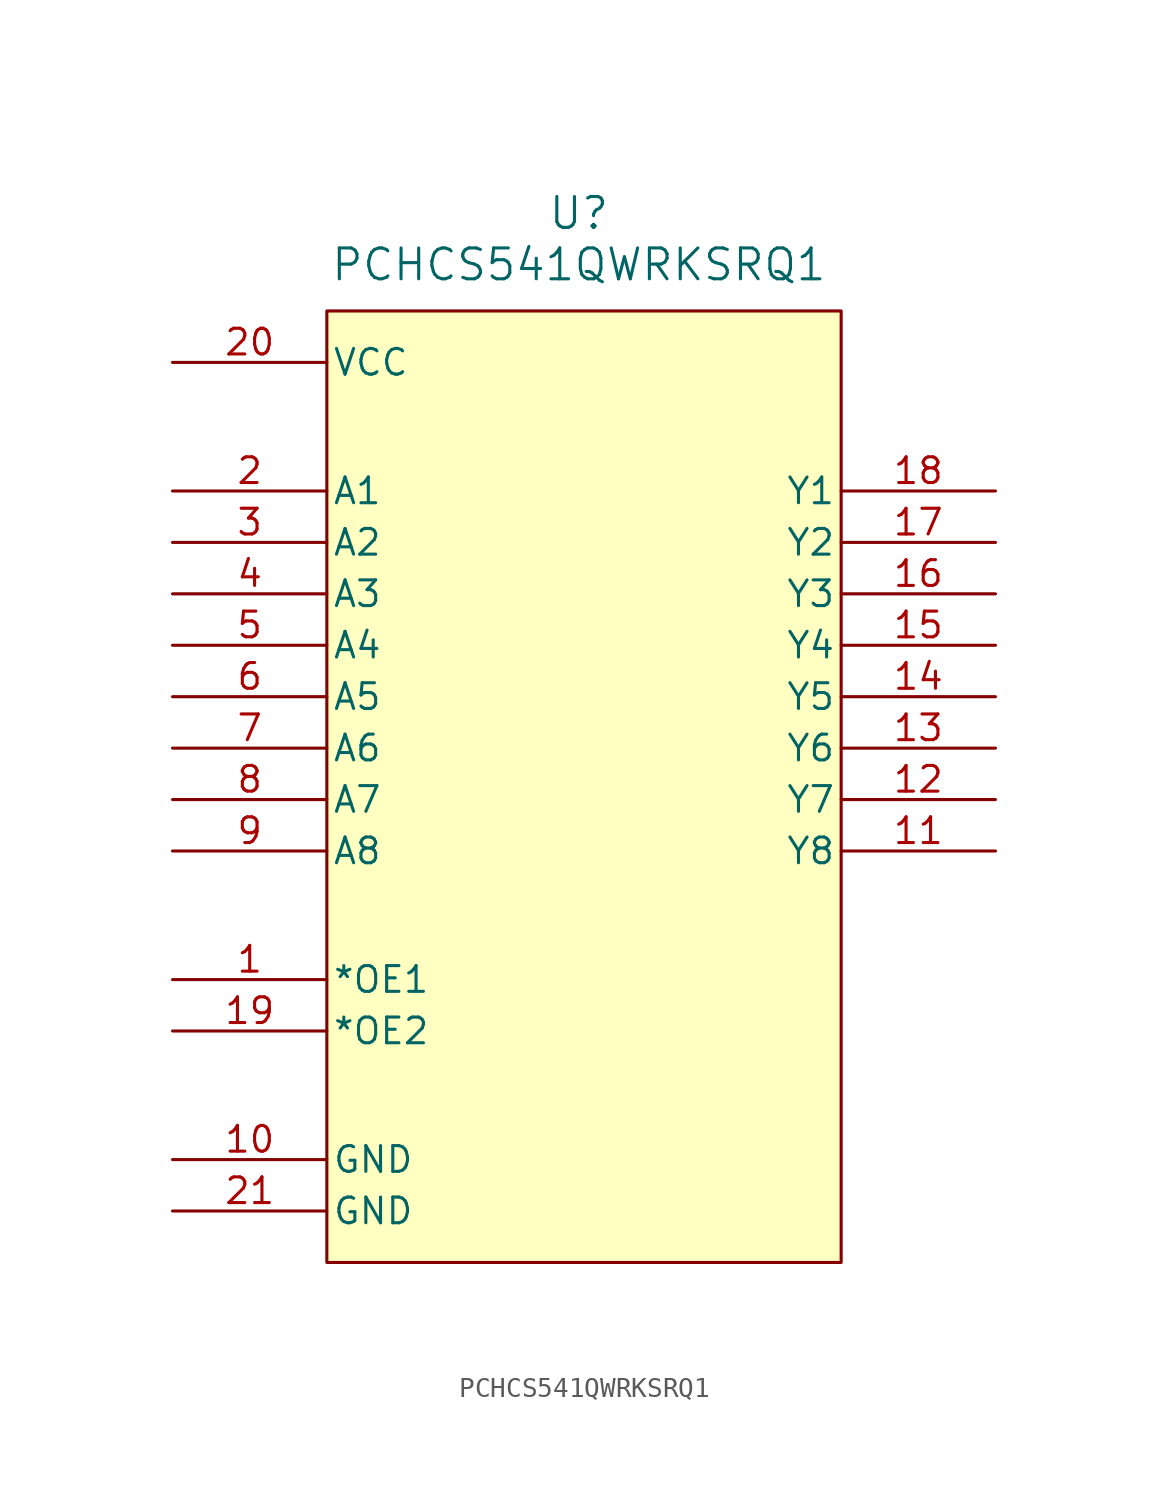
<source format=kicad_sym>
(kicad_symbol_lib
  (version 20231120)
  (generator "kicad_symbol_editor")
  (generator_version "8.0")
  (symbol "PCHCS541QWRKSRQ1"
    (pin_names
      (offset 0.254))
    (property "Reference" "U"
      (at 20.066 12.446 0)
      (effects (font (size 1.524 1.524))))
    (property "Value" "PCHCS541QWRKSRQ1"
      (at 20.066 9.906 0)
      (effects (font (size 1.524 1.524))))
    (symbol "PCHCS541QWRKSRQ1_1_1"
      (rectangle (start 7.62 7.62) (end 33.02 -39.37) (stroke (width 0) (type default)) (fill (type background)))
      (pin input line (at 0 -25.4 0) (length 7.62) (name "*OE1" (effects (font (size 1.27 1.27)))) (number "1" (effects (font (size 1.27 1.27)))))
      (pin power_out line (at 0 -34.29 0) (length 7.62) (name "GND" (effects (font (size 1.27 1.27)))) (number "10" (effects (font (size 1.27 1.27)))))
      (pin output line (at 40.64 -19.05 180) (length 7.62) (name "Y8" (effects (font (size 1.27 1.27)))) (number "11" (effects (font (size 1.27 1.27)))))
      (pin output line (at 40.64 -16.51 180) (length 7.62) (name "Y7" (effects (font (size 1.27 1.27)))) (number "12" (effects (font (size 1.27 1.27)))))
      (pin output line (at 40.64 -13.97 180) (length 7.62) (name "Y6" (effects (font (size 1.27 1.27)))) (number "13" (effects (font (size 1.27 1.27)))))
      (pin output line (at 40.64 -11.43 180) (length 7.62) (name "Y5" (effects (font (size 1.27 1.27)))) (number "14" (effects (font (size 1.27 1.27)))))
      (pin output line (at 40.64 -8.89 180) (length 7.62) (name "Y4" (effects (font (size 1.27 1.27)))) (number "15" (effects (font (size 1.27 1.27)))))
      (pin output line (at 40.64 -6.35 180) (length 7.62) (name "Y3" (effects (font (size 1.27 1.27)))) (number "16" (effects (font (size 1.27 1.27)))))
      (pin output line (at 40.64 -3.81 180) (length 7.62) (name "Y2" (effects (font (size 1.27 1.27)))) (number "17" (effects (font (size 1.27 1.27)))))
      (pin output line (at 40.64 -1.27 180) (length 7.62) (name "Y1" (effects (font (size 1.27 1.27)))) (number "18" (effects (font (size 1.27 1.27)))))
      (pin input line (at 0 -27.94 0) (length 7.62) (name "*OE2" (effects (font (size 1.27 1.27)))) (number "19" (effects (font (size 1.27 1.27)))))
      (pin input line (at 0 -1.27 0) (length 7.62) (name "A1" (effects (font (size 1.27 1.27)))) (number "2" (effects (font (size 1.27 1.27)))))
      (pin power_in line (at 0 5.08 0) (length 7.62) (name "VCC" (effects (font (size 1.27 1.27)))) (number "20" (effects (font (size 1.27 1.27)))))
      (pin power_out line (at 0 -36.83 0) (length 7.62) (name "GND" (effects (font (size 1.27 1.27)))) (number "21" (effects (font (size 1.27 1.27)))))
      (pin input line (at 0 -3.81 0) (length 7.62) (name "A2" (effects (font (size 1.27 1.27)))) (number "3" (effects (font (size 1.27 1.27)))))
      (pin input line (at 0 -6.35 0) (length 7.62) (name "A3" (effects (font (size 1.27 1.27)))) (number "4" (effects (font (size 1.27 1.27)))))
      (pin input line (at 0 -8.89 0) (length 7.62) (name "A4" (effects (font (size 1.27 1.27)))) (number "5" (effects (font (size 1.27 1.27)))))
      (pin input line (at 0 -11.43 0) (length 7.62) (name "A5" (effects (font (size 1.27 1.27)))) (number "6" (effects (font (size 1.27 1.27)))))
      (pin input line (at 0 -13.97 0) (length 7.62) (name "A6" (effects (font (size 1.27 1.27)))) (number "7" (effects (font (size 1.27 1.27)))))
      (pin input line (at 0 -16.51 0) (length 7.62) (name "A7" (effects (font (size 1.27 1.27)))) (number "8" (effects (font (size 1.27 1.27)))))
      (pin input line (at 0 -19.05 0) (length 7.62) (name "A8" (effects (font (size 1.27 1.27)))) (number "9" (effects (font (size 1.27 1.27))))))))
</source>
